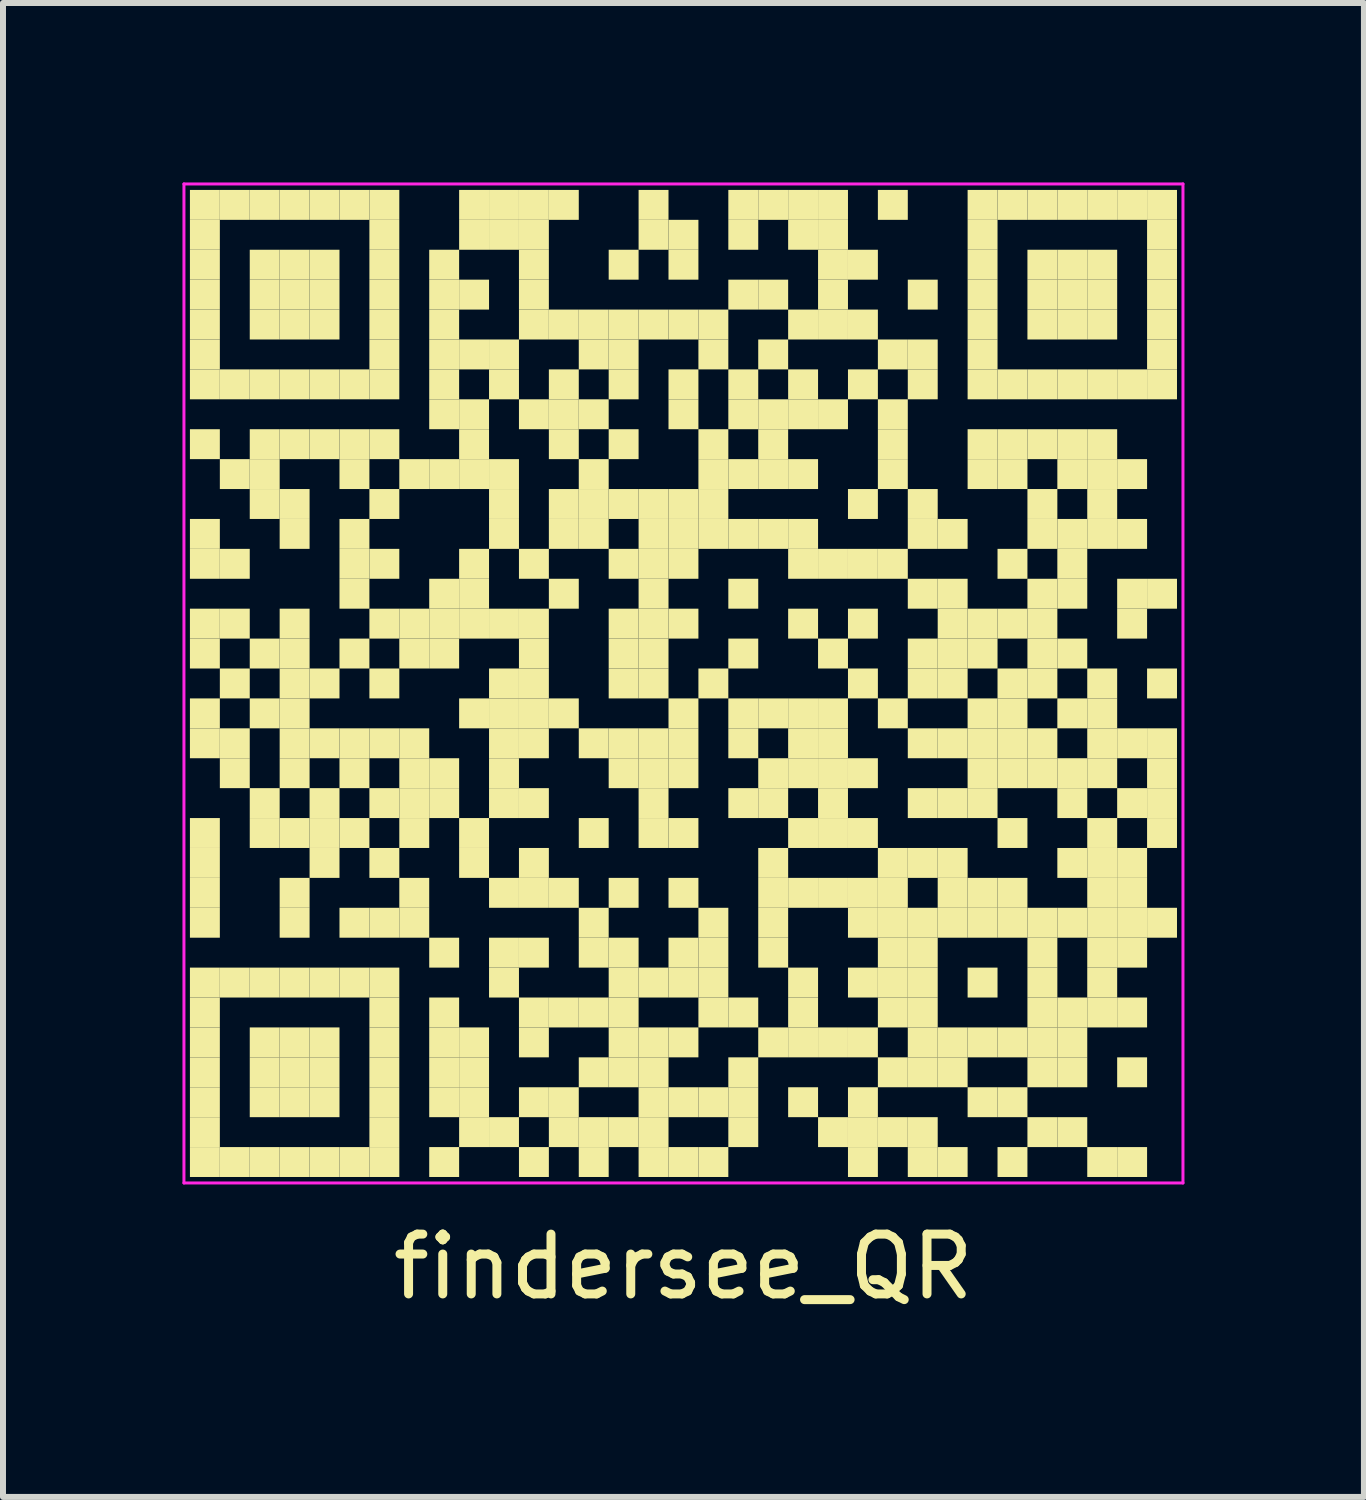
<source format=kicad_pcb>
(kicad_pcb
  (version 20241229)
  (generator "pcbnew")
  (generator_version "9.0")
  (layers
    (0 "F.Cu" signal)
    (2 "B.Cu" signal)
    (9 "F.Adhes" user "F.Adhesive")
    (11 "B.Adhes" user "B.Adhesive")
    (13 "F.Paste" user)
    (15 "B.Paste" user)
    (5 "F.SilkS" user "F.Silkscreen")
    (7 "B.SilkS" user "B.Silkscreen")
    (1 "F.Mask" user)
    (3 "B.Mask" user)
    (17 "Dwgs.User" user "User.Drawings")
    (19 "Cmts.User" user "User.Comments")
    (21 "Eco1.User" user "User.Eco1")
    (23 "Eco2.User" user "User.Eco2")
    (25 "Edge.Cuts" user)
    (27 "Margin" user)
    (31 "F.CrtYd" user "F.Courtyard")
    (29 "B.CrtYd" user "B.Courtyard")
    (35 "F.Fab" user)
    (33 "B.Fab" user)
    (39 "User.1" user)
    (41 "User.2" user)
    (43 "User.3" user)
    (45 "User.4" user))
  (footprint "findersee_QR"
    (layer "F.Cu")
    (at 8.375 8.375)
    (property "Reference" "findersee_QR" (at 0 9.75 0) (layer "F.SilkS") (effects (font (size 1 1) (thickness 0.15))))
    (fp_rect (start -8.25 -8.25) (end -7.75 -7.75) (stroke (width 0) (type solid)) (fill yes) (layer "F.SilkS"))
    (fp_rect (start -8.25 -7.75) (end -7.75 -7.25) (stroke (width 0) (type solid)) (fill yes) (layer "F.SilkS"))
    (fp_rect (start -8.25 -7.25) (end -7.75 -6.75) (stroke (width 0) (type solid)) (fill yes) (layer "F.SilkS"))
    (fp_rect (start -8.25 -6.75) (end -7.75 -6.25) (stroke (width 0) (type solid)) (fill yes) (layer "F.SilkS"))
    (fp_rect (start -8.25 -6.25) (end -7.75 -5.75) (stroke (width 0) (type solid)) (fill yes) (layer "F.SilkS"))
    (fp_rect (start -8.25 -5.75) (end -7.75 -5.25) (stroke (width 0) (type solid)) (fill yes) (layer "F.SilkS"))
    (fp_rect (start -8.25 -5.25) (end -7.75 -4.75) (stroke (width 0) (type solid)) (fill yes) (layer "F.SilkS"))
    (fp_rect (start -8.25 -4.25) (end -7.75 -3.75) (stroke (width 0) (type solid)) (fill yes) (layer "F.SilkS"))
    (fp_rect (start -8.25 -2.75) (end -7.75 -2.25) (stroke (width 0) (type solid)) (fill yes) (layer "F.SilkS"))
    (fp_rect (start -8.25 -2.25) (end -7.75 -1.75) (stroke (width 0) (type solid)) (fill yes) (layer "F.SilkS"))
    (fp_rect (start -8.25 -1.25) (end -7.75 -0.75) (stroke (width 0) (type solid)) (fill yes) (layer "F.SilkS"))
    (fp_rect (start -8.25 -0.75) (end -7.75 -0.25) (stroke (width 0) (type solid)) (fill yes) (layer "F.SilkS"))
    (fp_rect (start -8.25 0.25) (end -7.75 0.75) (stroke (width 0) (type solid)) (fill yes) (layer "F.SilkS"))
    (fp_rect (start -8.25 0.75) (end -7.75 1.25) (stroke (width 0) (type solid)) (fill yes) (layer "F.SilkS"))
    (fp_rect (start -8.25 2.25) (end -7.75 2.75) (stroke (width 0) (type solid)) (fill yes) (layer "F.SilkS"))
    (fp_rect (start -8.25 2.75) (end -7.75 3.25) (stroke (width 0) (type solid)) (fill yes) (layer "F.SilkS"))
    (fp_rect (start -8.25 3.25) (end -7.75 3.75) (stroke (width 0) (type solid)) (fill yes) (layer "F.SilkS"))
    (fp_rect (start -8.25 3.75) (end -7.75 4.25) (stroke (width 0) (type solid)) (fill yes) (layer "F.SilkS"))
    (fp_rect (start -8.25 4.75) (end -7.75 5.25) (stroke (width 0) (type solid)) (fill yes) (layer "F.SilkS"))
    (fp_rect (start -8.25 5.25) (end -7.75 5.75) (stroke (width 0) (type solid)) (fill yes) (layer "F.SilkS"))
    (fp_rect (start -8.25 5.75) (end -7.75 6.25) (stroke (width 0) (type solid)) (fill yes) (layer "F.SilkS"))
    (fp_rect (start -8.25 6.25) (end -7.75 6.75) (stroke (width 0) (type solid)) (fill yes) (layer "F.SilkS"))
    (fp_rect (start -8.25 6.75) (end -7.75 7.25) (stroke (width 0) (type solid)) (fill yes) (layer "F.SilkS"))
    (fp_rect (start -8.25 7.25) (end -7.75 7.75) (stroke (width 0) (type solid)) (fill yes) (layer "F.SilkS"))
    (fp_rect (start -8.25 7.75) (end -7.75 8.25) (stroke (width 0) (type solid)) (fill yes) (layer "F.SilkS"))
    (fp_rect (start -7.75 -8.25) (end -7.25 -7.75) (stroke (width 0) (type solid)) (fill yes) (layer "F.SilkS"))
    (fp_rect (start -7.75 -5.25) (end -7.25 -4.75) (stroke (width 0) (type solid)) (fill yes) (layer "F.SilkS"))
    (fp_rect (start -7.75 -3.75) (end -7.25 -3.25) (stroke (width 0) (type solid)) (fill yes) (layer "F.SilkS"))
    (fp_rect (start -7.75 -2.25) (end -7.25 -1.75) (stroke (width 0) (type solid)) (fill yes) (layer "F.SilkS"))
    (fp_rect (start -7.75 -1.25) (end -7.25 -0.75) (stroke (width 0) (type solid)) (fill yes) (layer "F.SilkS"))
    (fp_rect (start -7.75 -0.25) (end -7.25 0.25) (stroke (width 0) (type solid)) (fill yes) (layer "F.SilkS"))
    (fp_rect (start -7.75 0.75) (end -7.25 1.25) (stroke (width 0) (type solid)) (fill yes) (layer "F.SilkS"))
    (fp_rect (start -7.75 1.25) (end -7.25 1.75) (stroke (width 0) (type solid)) (fill yes) (layer "F.SilkS"))
    (fp_rect (start -7.75 4.75) (end -7.25 5.25) (stroke (width 0) (type solid)) (fill yes) (layer "F.SilkS"))
    (fp_rect (start -7.75 7.75) (end -7.25 8.25) (stroke (width 0) (type solid)) (fill yes) (layer "F.SilkS"))
    (fp_rect (start -7.25 -8.25) (end -6.75 -7.75) (stroke (width 0) (type solid)) (fill yes) (layer "F.SilkS"))
    (fp_rect (start -7.25 -7.25) (end -6.75 -6.75) (stroke (width 0) (type solid)) (fill yes) (layer "F.SilkS"))
    (fp_rect (start -7.25 -6.75) (end -6.75 -6.25) (stroke (width 0) (type solid)) (fill yes) (layer "F.SilkS"))
    (fp_rect (start -7.25 -6.25) (end -6.75 -5.75) (stroke (width 0) (type solid)) (fill yes) (layer "F.SilkS"))
    (fp_rect (start -7.25 -5.25) (end -6.75 -4.75) (stroke (width 0) (type solid)) (fill yes) (layer "F.SilkS"))
    (fp_rect (start -7.25 -4.25) (end -6.75 -3.75) (stroke (width 0) (type solid)) (fill yes) (layer "F.SilkS"))
    (fp_rect (start -7.25 -3.75) (end -6.75 -3.25) (stroke (width 0) (type solid)) (fill yes) (layer "F.SilkS"))
    (fp_rect (start -7.25 -3.25) (end -6.75 -2.75) (stroke (width 0) (type solid)) (fill yes) (layer "F.SilkS"))
    (fp_rect (start -7.25 -0.75) (end -6.75 -0.25) (stroke (width 0) (type solid)) (fill yes) (layer "F.SilkS"))
    (fp_rect (start -7.25 0.25) (end -6.75 0.75) (stroke (width 0) (type solid)) (fill yes) (layer "F.SilkS"))
    (fp_rect (start -7.25 1.75) (end -6.75 2.25) (stroke (width 0) (type solid)) (fill yes) (layer "F.SilkS"))
    (fp_rect (start -7.25 2.25) (end -6.75 2.75) (stroke (width 0) (type solid)) (fill yes) (layer "F.SilkS"))
    (fp_rect (start -7.25 4.75) (end -6.75 5.25) (stroke (width 0) (type solid)) (fill yes) (layer "F.SilkS"))
    (fp_rect (start -7.25 5.75) (end -6.75 6.25) (stroke (width 0) (type solid)) (fill yes) (layer "F.SilkS"))
    (fp_rect (start -7.25 6.25) (end -6.75 6.75) (stroke (width 0) (type solid)) (fill yes) (layer "F.SilkS"))
    (fp_rect (start -7.25 6.75) (end -6.75 7.25) (stroke (width 0) (type solid)) (fill yes) (layer "F.SilkS"))
    (fp_rect (start -7.25 7.75) (end -6.75 8.25) (stroke (width 0) (type solid)) (fill yes) (layer "F.SilkS"))
    (fp_rect (start -6.75 -8.25) (end -6.25 -7.75) (stroke (width 0) (type solid)) (fill yes) (layer "F.SilkS"))
    (fp_rect (start -6.75 -7.25) (end -6.25 -6.75) (stroke (width 0) (type solid)) (fill yes) (layer "F.SilkS"))
    (fp_rect (start -6.75 -6.75) (end -6.25 -6.25) (stroke (width 0) (type solid)) (fill yes) (layer "F.SilkS"))
    (fp_rect (start -6.75 -6.25) (end -6.25 -5.75) (stroke (width 0) (type solid)) (fill yes) (layer "F.SilkS"))
    (fp_rect (start -6.75 -5.25) (end -6.25 -4.75) (stroke (width 0) (type solid)) (fill yes) (layer "F.SilkS"))
    (fp_rect (start -6.75 -4.25) (end -6.25 -3.75) (stroke (width 0) (type solid)) (fill yes) (layer "F.SilkS"))
    (fp_rect (start -6.75 -3.25) (end -6.25 -2.75) (stroke (width 0) (type solid)) (fill yes) (layer "F.SilkS"))
    (fp_rect (start -6.75 -2.75) (end -6.25 -2.25) (stroke (width 0) (type solid)) (fill yes) (layer "F.SilkS"))
    (fp_rect (start -6.75 -1.25) (end -6.25 -0.75) (stroke (width 0) (type solid)) (fill yes) (layer "F.SilkS"))
    (fp_rect (start -6.75 -0.75) (end -6.25 -0.25) (stroke (width 0) (type solid)) (fill yes) (layer "F.SilkS"))
    (fp_rect (start -6.75 -0.25) (end -6.25 0.25) (stroke (width 0) (type solid)) (fill yes) (layer "F.SilkS"))
    (fp_rect (start -6.75 0.25) (end -6.25 0.75) (stroke (width 0) (type solid)) (fill yes) (layer "F.SilkS"))
    (fp_rect (start -6.75 0.75) (end -6.25 1.25) (stroke (width 0) (type solid)) (fill yes) (layer "F.SilkS"))
    (fp_rect (start -6.75 1.25) (end -6.25 1.75) (stroke (width 0) (type solid)) (fill yes) (layer "F.SilkS"))
    (fp_rect (start -6.75 2.25) (end -6.25 2.75) (stroke (width 0) (type solid)) (fill yes) (layer "F.SilkS"))
    (fp_rect (start -6.75 3.25) (end -6.25 3.75) (stroke (width 0) (type solid)) (fill yes) (layer "F.SilkS"))
    (fp_rect (start -6.75 3.75) (end -6.25 4.25) (stroke (width 0) (type solid)) (fill yes) (layer "F.SilkS"))
    (fp_rect (start -6.75 4.75) (end -6.25 5.25) (stroke (width 0) (type solid)) (fill yes) (layer "F.SilkS"))
    (fp_rect (start -6.75 5.75) (end -6.25 6.25) (stroke (width 0) (type solid)) (fill yes) (layer "F.SilkS"))
    (fp_rect (start -6.75 6.25) (end -6.25 6.75) (stroke (width 0) (type solid)) (fill yes) (layer "F.SilkS"))
    (fp_rect (start -6.75 6.75) (end -6.25 7.25) (stroke (width 0) (type solid)) (fill yes) (layer "F.SilkS"))
    (fp_rect (start -6.75 7.75) (end -6.25 8.25) (stroke (width 0) (type solid)) (fill yes) (layer "F.SilkS"))
    (fp_rect (start -6.25 -8.25) (end -5.75 -7.75) (stroke (width 0) (type solid)) (fill yes) (layer "F.SilkS"))
    (fp_rect (start -6.25 -7.25) (end -5.75 -6.75) (stroke (width 0) (type solid)) (fill yes) (layer "F.SilkS"))
    (fp_rect (start -6.25 -6.75) (end -5.75 -6.25) (stroke (width 0) (type solid)) (fill yes) (layer "F.SilkS"))
    (fp_rect (start -6.25 -6.25) (end -5.75 -5.75) (stroke (width 0) (type solid)) (fill yes) (layer "F.SilkS"))
    (fp_rect (start -6.25 -5.25) (end -5.75 -4.75) (stroke (width 0) (type solid)) (fill yes) (layer "F.SilkS"))
    (fp_rect (start -6.25 -4.25) (end -5.75 -3.75) (stroke (width 0) (type solid)) (fill yes) (layer "F.SilkS"))
    (fp_rect (start -6.25 -0.25) (end -5.75 0.25) (stroke (width 0) (type solid)) (fill yes) (layer "F.SilkS"))
    (fp_rect (start -6.25 0.75) (end -5.75 1.25) (stroke (width 0) (type solid)) (fill yes) (layer "F.SilkS"))
    (fp_rect (start -6.25 1.75) (end -5.75 2.25) (stroke (width 0) (type solid)) (fill yes) (layer "F.SilkS"))
    (fp_rect (start -6.25 2.25) (end -5.75 2.75) (stroke (width 0) (type solid)) (fill yes) (layer "F.SilkS"))
    (fp_rect (start -6.25 2.75) (end -5.75 3.25) (stroke (width 0) (type solid)) (fill yes) (layer "F.SilkS"))
    (fp_rect (start -6.25 4.75) (end -5.75 5.25) (stroke (width 0) (type solid)) (fill yes) (layer "F.SilkS"))
    (fp_rect (start -6.25 5.75) (end -5.75 6.25) (stroke (width 0) (type solid)) (fill yes) (layer "F.SilkS"))
    (fp_rect (start -6.25 6.25) (end -5.75 6.75) (stroke (width 0) (type solid)) (fill yes) (layer "F.SilkS"))
    (fp_rect (start -6.25 6.75) (end -5.75 7.25) (stroke (width 0) (type solid)) (fill yes) (layer "F.SilkS"))
    (fp_rect (start -6.25 7.75) (end -5.75 8.25) (stroke (width 0) (type solid)) (fill yes) (layer "F.SilkS"))
    (fp_rect (start -5.75 -8.25) (end -5.25 -7.75) (stroke (width 0) (type solid)) (fill yes) (layer "F.SilkS"))
    (fp_rect (start -5.75 -5.25) (end -5.25 -4.75) (stroke (width 0) (type solid)) (fill yes) (layer "F.SilkS"))
    (fp_rect (start -5.75 -4.25) (end -5.25 -3.75) (stroke (width 0) (type solid)) (fill yes) (layer "F.SilkS"))
    (fp_rect (start -5.75 -3.75) (end -5.25 -3.25) (stroke (width 0) (type solid)) (fill yes) (layer "F.SilkS"))
    (fp_rect (start -5.75 -2.75) (end -5.25 -2.25) (stroke (width 0) (type solid)) (fill yes) (layer "F.SilkS"))
    (fp_rect (start -5.75 -2.25) (end -5.25 -1.75) (stroke (width 0) (type solid)) (fill yes) (layer "F.SilkS"))
    (fp_rect (start -5.75 -1.75) (end -5.25 -1.25) (stroke (width 0) (type solid)) (fill yes) (layer "F.SilkS"))
    (fp_rect (start -5.75 -0.75) (end -5.25 -0.25) (stroke (width 0) (type solid)) (fill yes) (layer "F.SilkS"))
    (fp_rect (start -5.75 0.75) (end -5.25 1.25) (stroke (width 0) (type solid)) (fill yes) (layer "F.SilkS"))
    (fp_rect (start -5.75 1.25) (end -5.25 1.75) (stroke (width 0) (type solid)) (fill yes) (layer "F.SilkS"))
    (fp_rect (start -5.75 2.25) (end -5.25 2.75) (stroke (width 0) (type solid)) (fill yes) (layer "F.SilkS"))
    (fp_rect (start -5.75 3.75) (end -5.25 4.25) (stroke (width 0) (type solid)) (fill yes) (layer "F.SilkS"))
    (fp_rect (start -5.75 4.75) (end -5.25 5.25) (stroke (width 0) (type solid)) (fill yes) (layer "F.SilkS"))
    (fp_rect (start -5.75 7.75) (end -5.25 8.25) (stroke (width 0) (type solid)) (fill yes) (layer "F.SilkS"))
    (fp_rect (start -5.25 -8.25) (end -4.75 -7.75) (stroke (width 0) (type solid)) (fill yes) (layer "F.SilkS"))
    (fp_rect (start -5.25 -7.75) (end -4.75 -7.25) (stroke (width 0) (type solid)) (fill yes) (layer "F.SilkS"))
    (fp_rect (start -5.25 -7.25) (end -4.75 -6.75) (stroke (width 0) (type solid)) (fill yes) (layer "F.SilkS"))
    (fp_rect (start -5.25 -6.75) (end -4.75 -6.25) (stroke (width 0) (type solid)) (fill yes) (layer "F.SilkS"))
    (fp_rect (start -5.25 -6.25) (end -4.75 -5.75) (stroke (width 0) (type solid)) (fill yes) (layer "F.SilkS"))
    (fp_rect (start -5.25 -5.75) (end -4.75 -5.25) (stroke (width 0) (type solid)) (fill yes) (layer "F.SilkS"))
    (fp_rect (start -5.25 -5.25) (end -4.75 -4.75) (stroke (width 0) (type solid)) (fill yes) (layer "F.SilkS"))
    (fp_rect (start -5.25 -4.25) (end -4.75 -3.75) (stroke (width 0) (type solid)) (fill yes) (layer "F.SilkS"))
    (fp_rect (start -5.25 -3.25) (end -4.75 -2.75) (stroke (width 0) (type solid)) (fill yes) (layer "F.SilkS"))
    (fp_rect (start -5.25 -2.25) (end -4.75 -1.75) (stroke (width 0) (type solid)) (fill yes) (layer "F.SilkS"))
    (fp_rect (start -5.25 -1.25) (end -4.75 -0.75) (stroke (width 0) (type solid)) (fill yes) (layer "F.SilkS"))
    (fp_rect (start -5.25 -0.25) (end -4.75 0.25) (stroke (width 0) (type solid)) (fill yes) (layer "F.SilkS"))
    (fp_rect (start -5.25 0.75) (end -4.75 1.25) (stroke (width 0) (type solid)) (fill yes) (layer "F.SilkS"))
    (fp_rect (start -5.25 1.75) (end -4.75 2.25) (stroke (width 0) (type solid)) (fill yes) (layer "F.SilkS"))
    (fp_rect (start -5.25 2.75) (end -4.75 3.25) (stroke (width 0) (type solid)) (fill yes) (layer "F.SilkS"))
    (fp_rect (start -5.25 3.75) (end -4.75 4.25) (stroke (width 0) (type solid)) (fill yes) (layer "F.SilkS"))
    (fp_rect (start -5.25 4.75) (end -4.75 5.25) (stroke (width 0) (type solid)) (fill yes) (layer "F.SilkS"))
    (fp_rect (start -5.25 5.25) (end -4.75 5.75) (stroke (width 0) (type solid)) (fill yes) (layer "F.SilkS"))
    (fp_rect (start -5.25 5.75) (end -4.75 6.25) (stroke (width 0) (type solid)) (fill yes) (layer "F.SilkS"))
    (fp_rect (start -5.25 6.25) (end -4.75 6.75) (stroke (width 0) (type solid)) (fill yes) (layer "F.SilkS"))
    (fp_rect (start -5.25 6.75) (end -4.75 7.25) (stroke (width 0) (type solid)) (fill yes) (layer "F.SilkS"))
    (fp_rect (start -5.25 7.25) (end -4.75 7.75) (stroke (width 0) (type solid)) (fill yes) (layer "F.SilkS"))
    (fp_rect (start -5.25 7.75) (end -4.75 8.25) (stroke (width 0) (type solid)) (fill yes) (layer "F.SilkS"))
    (fp_rect (start -4.75 -3.75) (end -4.25 -3.25) (stroke (width 0) (type solid)) (fill yes) (layer "F.SilkS"))
    (fp_rect (start -4.75 -1.25) (end -4.25 -0.75) (stroke (width 0) (type solid)) (fill yes) (layer "F.SilkS"))
    (fp_rect (start -4.75 -0.75) (end -4.25 -0.25) (stroke (width 0) (type solid)) (fill yes) (layer "F.SilkS"))
    (fp_rect (start -4.75 0.75) (end -4.25 1.25) (stroke (width 0) (type solid)) (fill yes) (layer "F.SilkS"))
    (fp_rect (start -4.75 1.25) (end -4.25 1.75) (stroke (width 0) (type solid)) (fill yes) (layer "F.SilkS"))
    (fp_rect (start -4.75 1.75) (end -4.25 2.25) (stroke (width 0) (type solid)) (fill yes) (layer "F.SilkS"))
    (fp_rect (start -4.75 2.25) (end -4.25 2.75) (stroke (width 0) (type solid)) (fill yes) (layer "F.SilkS"))
    (fp_rect (start -4.75 3.25) (end -4.25 3.75) (stroke (width 0) (type solid)) (fill yes) (layer "F.SilkS"))
    (fp_rect (start -4.75 3.75) (end -4.25 4.25) (stroke (width 0) (type solid)) (fill yes) (layer "F.SilkS"))
    (fp_rect (start -4.25 -7.25) (end -3.75 -6.75) (stroke (width 0) (type solid)) (fill yes) (layer "F.SilkS"))
    (fp_rect (start -4.25 -6.75) (end -3.75 -6.25) (stroke (width 0) (type solid)) (fill yes) (layer "F.SilkS"))
    (fp_rect (start -4.25 -6.25) (end -3.75 -5.75) (stroke (width 0) (type solid)) (fill yes) (layer "F.SilkS"))
    (fp_rect (start -4.25 -5.75) (end -3.75 -5.25) (stroke (width 0) (type solid)) (fill yes) (layer "F.SilkS"))
    (fp_rect (start -4.25 -5.25) (end -3.75 -4.75) (stroke (width 0) (type solid)) (fill yes) (layer "F.SilkS"))
    (fp_rect (start -4.25 -4.75) (end -3.75 -4.25) (stroke (width 0) (type solid)) (fill yes) (layer "F.SilkS"))
    (fp_rect (start -4.25 -3.75) (end -3.75 -3.25) (stroke (width 0) (type solid)) (fill yes) (layer "F.SilkS"))
    (fp_rect (start -4.25 -1.75) (end -3.75 -1.25) (stroke (width 0) (type solid)) (fill yes) (layer "F.SilkS"))
    (fp_rect (start -4.25 -1.25) (end -3.75 -0.75) (stroke (width 0) (type solid)) (fill yes) (layer "F.SilkS"))
    (fp_rect (start -4.25 -0.75) (end -3.75 -0.25) (stroke (width 0) (type solid)) (fill yes) (layer "F.SilkS"))
    (fp_rect (start -4.25 1.25) (end -3.75 1.75) (stroke (width 0) (type solid)) (fill yes) (layer "F.SilkS"))
    (fp_rect (start -4.25 1.75) (end -3.75 2.25) (stroke (width 0) (type solid)) (fill yes) (layer "F.SilkS"))
    (fp_rect (start -4.25 4.25) (end -3.75 4.75) (stroke (width 0) (type solid)) (fill yes) (layer "F.SilkS"))
    (fp_rect (start -4.25 5.25) (end -3.75 5.75) (stroke (width 0) (type solid)) (fill yes) (layer "F.SilkS"))
    (fp_rect (start -4.25 5.75) (end -3.75 6.25) (stroke (width 0) (type solid)) (fill yes) (layer "F.SilkS"))
    (fp_rect (start -4.25 6.25) (end -3.75 6.75) (stroke (width 0) (type solid)) (fill yes) (layer "F.SilkS"))
    (fp_rect (start -4.25 6.75) (end -3.75 7.25) (stroke (width 0) (type solid)) (fill yes) (layer "F.SilkS"))
    (fp_rect (start -4.25 7.75) (end -3.75 8.25) (stroke (width 0) (type solid)) (fill yes) (layer "F.SilkS"))
    (fp_rect (start -3.75 -8.25) (end -3.25 -7.75) (stroke (width 0) (type solid)) (fill yes) (layer "F.SilkS"))
    (fp_rect (start -3.75 -7.75) (end -3.25 -7.25) (stroke (width 0) (type solid)) (fill yes) (layer "F.SilkS"))
    (fp_rect (start -3.75 -6.75) (end -3.25 -6.25) (stroke (width 0) (type solid)) (fill yes) (layer "F.SilkS"))
    (fp_rect (start -3.75 -5.75) (end -3.25 -5.25) (stroke (width 0) (type solid)) (fill yes) (layer "F.SilkS"))
    (fp_rect (start -3.75 -4.75) (end -3.25 -4.25) (stroke (width 0) (type solid)) (fill yes) (layer "F.SilkS"))
    (fp_rect (start -3.75 -4.25) (end -3.25 -3.75) (stroke (width 0) (type solid)) (fill yes) (layer "F.SilkS"))
    (fp_rect (start -3.75 -3.75) (end -3.25 -3.25) (stroke (width 0) (type solid)) (fill yes) (layer "F.SilkS"))
    (fp_rect (start -3.75 -2.25) (end -3.25 -1.75) (stroke (width 0) (type solid)) (fill yes) (layer "F.SilkS"))
    (fp_rect (start -3.75 -1.75) (end -3.25 -1.25) (stroke (width 0) (type solid)) (fill yes) (layer "F.SilkS"))
    (fp_rect (start -3.75 -1.25) (end -3.25 -0.75) (stroke (width 0) (type solid)) (fill yes) (layer "F.SilkS"))
    (fp_rect (start -3.75 0.25) (end -3.25 0.75) (stroke (width 0) (type solid)) (fill yes) (layer "F.SilkS"))
    (fp_rect (start -3.75 2.25) (end -3.25 2.75) (stroke (width 0) (type solid)) (fill yes) (layer "F.SilkS"))
    (fp_rect (start -3.75 2.75) (end -3.25 3.25) (stroke (width 0) (type solid)) (fill yes) (layer "F.SilkS"))
    (fp_rect (start -3.75 5.75) (end -3.25 6.25) (stroke (width 0) (type solid)) (fill yes) (layer "F.SilkS"))
    (fp_rect (start -3.75 6.25) (end -3.25 6.75) (stroke (width 0) (type solid)) (fill yes) (layer "F.SilkS"))
    (fp_rect (start -3.75 6.75) (end -3.25 7.25) (stroke (width 0) (type solid)) (fill yes) (layer "F.SilkS"))
    (fp_rect (start -3.75 7.25) (end -3.25 7.75) (stroke (width 0) (type solid)) (fill yes) (layer "F.SilkS"))
    (fp_rect (start -3.25 -8.25) (end -2.75 -7.75) (stroke (width 0) (type solid)) (fill yes) (layer "F.SilkS"))
    (fp_rect (start -3.25 -7.75) (end -2.75 -7.25) (stroke (width 0) (type solid)) (fill yes) (layer "F.SilkS"))
    (fp_rect (start -3.25 -5.75) (end -2.75 -5.25) (stroke (width 0) (type solid)) (fill yes) (layer "F.SilkS"))
    (fp_rect (start -3.25 -5.25) (end -2.75 -4.75) (stroke (width 0) (type solid)) (fill yes) (layer "F.SilkS"))
    (fp_rect (start -3.25 -3.75) (end -2.75 -3.25) (stroke (width 0) (type solid)) (fill yes) (layer "F.SilkS"))
    (fp_rect (start -3.25 -3.25) (end -2.75 -2.75) (stroke (width 0) (type solid)) (fill yes) (layer "F.SilkS"))
    (fp_rect (start -3.25 -2.75) (end -2.75 -2.25) (stroke (width 0) (type solid)) (fill yes) (layer "F.SilkS"))
    (fp_rect (start -3.25 -1.25) (end -2.75 -0.75) (stroke (width 0) (type solid)) (fill yes) (layer "F.SilkS"))
    (fp_rect (start -3.25 -0.25) (end -2.75 0.25) (stroke (width 0) (type solid)) (fill yes) (layer "F.SilkS"))
    (fp_rect (start -3.25 0.25) (end -2.75 0.75) (stroke (width 0) (type solid)) (fill yes) (layer "F.SilkS"))
    (fp_rect (start -3.25 0.75) (end -2.75 1.25) (stroke (width 0) (type solid)) (fill yes) (layer "F.SilkS"))
    (fp_rect (start -3.25 1.25) (end -2.75 1.75) (stroke (width 0) (type solid)) (fill yes) (layer "F.SilkS"))
    (fp_rect (start -3.25 1.75) (end -2.75 2.25) (stroke (width 0) (type solid)) (fill yes) (layer "F.SilkS"))
    (fp_rect (start -3.25 3.25) (end -2.75 3.75) (stroke (width 0) (type solid)) (fill yes) (layer "F.SilkS"))
    (fp_rect (start -3.25 4.25) (end -2.75 4.75) (stroke (width 0) (type solid)) (fill yes) (layer "F.SilkS"))
    (fp_rect (start -3.25 4.75) (end -2.75 5.25) (stroke (width 0) (type solid)) (fill yes) (layer "F.SilkS"))
    (fp_rect (start -3.25 7.25) (end -2.75 7.75) (stroke (width 0) (type solid)) (fill yes) (layer "F.SilkS"))
    (fp_rect (start -2.75 -8.25) (end -2.25 -7.75) (stroke (width 0) (type solid)) (fill yes) (layer "F.SilkS"))
    (fp_rect (start -2.75 -7.75) (end -2.25 -7.25) (stroke (width 0) (type solid)) (fill yes) (layer "F.SilkS"))
    (fp_rect (start -2.75 -7.25) (end -2.25 -6.75) (stroke (width 0) (type solid)) (fill yes) (layer "F.SilkS"))
    (fp_rect (start -2.75 -6.75) (end -2.25 -6.25) (stroke (width 0) (type solid)) (fill yes) (layer "F.SilkS"))
    (fp_rect (start -2.75 -6.25) (end -2.25 -5.75) (stroke (width 0) (type solid)) (fill yes) (layer "F.SilkS"))
    (fp_rect (start -2.75 -4.75) (end -2.25 -4.25) (stroke (width 0) (type solid)) (fill yes) (layer "F.SilkS"))
    (fp_rect (start -2.75 -2.25) (end -2.25 -1.75) (stroke (width 0) (type solid)) (fill yes) (layer "F.SilkS"))
    (fp_rect (start -2.75 -1.25) (end -2.25 -0.75) (stroke (width 0) (type solid)) (fill yes) (layer "F.SilkS"))
    (fp_rect (start -2.75 -0.75) (end -2.25 -0.25) (stroke (width 0) (type solid)) (fill yes) (layer "F.SilkS"))
    (fp_rect (start -2.75 -0.25) (end -2.25 0.25) (stroke (width 0) (type solid)) (fill yes) (layer "F.SilkS"))
    (fp_rect (start -2.75 0.25) (end -2.25 0.75) (stroke (width 0) (type solid)) (fill yes) (layer "F.SilkS"))
    (fp_rect (start -2.75 0.75) (end -2.25 1.25) (stroke (width 0) (type solid)) (fill yes) (layer "F.SilkS"))
    (fp_rect (start -2.75 1.75) (end -2.25 2.25) (stroke (width 0) (type solid)) (fill yes) (layer "F.SilkS"))
    (fp_rect (start -2.75 2.75) (end -2.25 3.25) (stroke (width 0) (type solid)) (fill yes) (layer "F.SilkS"))
    (fp_rect (start -2.75 3.25) (end -2.25 3.75) (stroke (width 0) (type solid)) (fill yes) (layer "F.SilkS"))
    (fp_rect (start -2.75 4.25) (end -2.25 4.75) (stroke (width 0) (type solid)) (fill yes) (layer "F.SilkS"))
    (fp_rect (start -2.75 5.25) (end -2.25 5.75) (stroke (width 0) (type solid)) (fill yes) (layer "F.SilkS"))
    (fp_rect (start -2.75 5.75) (end -2.25 6.25) (stroke (width 0) (type solid)) (fill yes) (layer "F.SilkS"))
    (fp_rect (start -2.75 6.75) (end -2.25 7.25) (stroke (width 0) (type solid)) (fill yes) (layer "F.SilkS"))
    (fp_rect (start -2.75 7.75) (end -2.25 8.25) (stroke (width 0) (type solid)) (fill yes) (layer "F.SilkS"))
    (fp_rect (start -2.25 -8.25) (end -1.75 -7.75) (stroke (width 0) (type solid)) (fill yes) (layer "F.SilkS"))
    (fp_rect (start -2.25 -6.25) (end -1.75 -5.75) (stroke (width 0) (type solid)) (fill yes) (layer "F.SilkS"))
    (fp_rect (start -2.25 -5.25) (end -1.75 -4.75) (stroke (width 0) (type solid)) (fill yes) (layer "F.SilkS"))
    (fp_rect (start -2.25 -4.75) (end -1.75 -4.25) (stroke (width 0) (type solid)) (fill yes) (layer "F.SilkS"))
    (fp_rect (start -2.25 -4.25) (end -1.75 -3.75) (stroke (width 0) (type solid)) (fill yes) (layer "F.SilkS"))
    (fp_rect (start -2.25 -3.25) (end -1.75 -2.75) (stroke (width 0) (type solid)) (fill yes) (layer "F.SilkS"))
    (fp_rect (start -2.25 -2.75) (end -1.75 -2.25) (stroke (width 0) (type solid)) (fill yes) (layer "F.SilkS"))
    (fp_rect (start -2.25 -1.75) (end -1.75 -1.25) (stroke (width 0) (type solid)) (fill yes) (layer "F.SilkS"))
    (fp_rect (start -2.25 0.25) (end -1.75 0.75) (stroke (width 0) (type solid)) (fill yes) (layer "F.SilkS"))
    (fp_rect (start -2.25 3.25) (end -1.75 3.75) (stroke (width 0) (type solid)) (fill yes) (layer "F.SilkS"))
    (fp_rect (start -2.25 5.25) (end -1.75 5.75) (stroke (width 0) (type solid)) (fill yes) (layer "F.SilkS"))
    (fp_rect (start -2.25 6.75) (end -1.75 7.25) (stroke (width 0) (type solid)) (fill yes) (layer "F.SilkS"))
    (fp_rect (start -2.25 7.25) (end -1.75 7.75) (stroke (width 0) (type solid)) (fill yes) (layer "F.SilkS"))
    (fp_rect (start -1.75 -6.25) (end -1.25 -5.75) (stroke (width 0) (type solid)) (fill yes) (layer "F.SilkS"))
    (fp_rect (start -1.75 -5.75) (end -1.25 -5.25) (stroke (width 0) (type solid)) (fill yes) (layer "F.SilkS"))
    (fp_rect (start -1.75 -4.75) (end -1.25 -4.25) (stroke (width 0) (type solid)) (fill yes) (layer "F.SilkS"))
    (fp_rect (start -1.75 -3.75) (end -1.25 -3.25) (stroke (width 0) (type solid)) (fill yes) (layer "F.SilkS"))
    (fp_rect (start -1.75 -3.25) (end -1.25 -2.75) (stroke (width 0) (type solid)) (fill yes) (layer "F.SilkS"))
    (fp_rect (start -1.75 -2.75) (end -1.25 -2.25) (stroke (width 0) (type solid)) (fill yes) (layer "F.SilkS"))
    (fp_rect (start -1.75 0.75) (end -1.25 1.25) (stroke (width 0) (type solid)) (fill yes) (layer "F.SilkS"))
    (fp_rect (start -1.75 2.25) (end -1.25 2.75) (stroke (width 0) (type solid)) (fill yes) (layer "F.SilkS"))
    (fp_rect (start -1.75 3.75) (end -1.25 4.25) (stroke (width 0) (type solid)) (fill yes) (layer "F.SilkS"))
    (fp_rect (start -1.75 4.25) (end -1.25 4.75) (stroke (width 0) (type solid)) (fill yes) (layer "F.SilkS"))
    (fp_rect (start -1.75 5.25) (end -1.25 5.75) (stroke (width 0) (type solid)) (fill yes) (layer "F.SilkS"))
    (fp_rect (start -1.75 6.25) (end -1.25 6.75) (stroke (width 0) (type solid)) (fill yes) (layer "F.SilkS"))
    (fp_rect (start -1.75 7.25) (end -1.25 7.75) (stroke (width 0) (type solid)) (fill yes) (layer "F.SilkS"))
    (fp_rect (start -1.75 7.75) (end -1.25 8.25) (stroke (width 0) (type solid)) (fill yes) (layer "F.SilkS"))
    (fp_rect (start -1.25 -7.25) (end -0.75 -6.75) (stroke (width 0) (type solid)) (fill yes) (layer "F.SilkS"))
    (fp_rect (start -1.25 -6.25) (end -0.75 -5.75) (stroke (width 0) (type solid)) (fill yes) (layer "F.SilkS"))
    (fp_rect (start -1.25 -5.75) (end -0.75 -5.25) (stroke (width 0) (type solid)) (fill yes) (layer "F.SilkS"))
    (fp_rect (start -1.25 -5.25) (end -0.75 -4.75) (stroke (width 0) (type solid)) (fill yes) (layer "F.SilkS"))
    (fp_rect (start -1.25 -4.25) (end -0.75 -3.75) (stroke (width 0) (type solid)) (fill yes) (layer "F.SilkS"))
    (fp_rect (start -1.25 -3.25) (end -0.75 -2.75) (stroke (width 0) (type solid)) (fill yes) (layer "F.SilkS"))
    (fp_rect (start -1.25 -2.25) (end -0.75 -1.75) (stroke (width 0) (type solid)) (fill yes) (layer "F.SilkS"))
    (fp_rect (start -1.25 -1.25) (end -0.75 -0.75) (stroke (width 0) (type solid)) (fill yes) (layer "F.SilkS"))
    (fp_rect (start -1.25 -0.75) (end -0.75 -0.25) (stroke (width 0) (type solid)) (fill yes) (layer "F.SilkS"))
    (fp_rect (start -1.25 -0.25) (end -0.75 0.25) (stroke (width 0) (type solid)) (fill yes) (layer "F.SilkS"))
    (fp_rect (start -1.25 0.75) (end -0.75 1.25) (stroke (width 0) (type solid)) (fill yes) (layer "F.SilkS"))
    (fp_rect (start -1.25 1.25) (end -0.75 1.75) (stroke (width 0) (type solid)) (fill yes) (layer "F.SilkS"))
    (fp_rect (start -1.25 3.25) (end -0.75 3.75) (stroke (width 0) (type solid)) (fill yes) (layer "F.SilkS"))
    (fp_rect (start -1.25 4.25) (end -0.75 4.75) (stroke (width 0) (type solid)) (fill yes) (layer "F.SilkS"))
    (fp_rect (start -1.25 4.75) (end -0.75 5.25) (stroke (width 0) (type solid)) (fill yes) (layer "F.SilkS"))
    (fp_rect (start -1.25 5.25) (end -0.75 5.75) (stroke (width 0) (type solid)) (fill yes) (layer "F.SilkS"))
    (fp_rect (start -1.25 5.75) (end -0.75 6.25) (stroke (width 0) (type solid)) (fill yes) (layer "F.SilkS"))
    (fp_rect (start -1.25 6.25) (end -0.75 6.75) (stroke (width 0) (type solid)) (fill yes) (layer "F.SilkS"))
    (fp_rect (start -1.25 7.25) (end -0.75 7.75) (stroke (width 0) (type solid)) (fill yes) (layer "F.SilkS"))
    (fp_rect (start -0.75 -8.25) (end -0.25 -7.75) (stroke (width 0) (type solid)) (fill yes) (layer "F.SilkS"))
    (fp_rect (start -0.75 -7.75) (end -0.25 -7.25) (stroke (width 0) (type solid)) (fill yes) (layer "F.SilkS"))
    (fp_rect (start -0.75 -6.25) (end -0.25 -5.75) (stroke (width 0) (type solid)) (fill yes) (layer "F.SilkS"))
    (fp_rect (start -0.75 -3.25) (end -0.25 -2.75) (stroke (width 0) (type solid)) (fill yes) (layer "F.SilkS"))
    (fp_rect (start -0.75 -2.75) (end -0.25 -2.25) (stroke (width 0) (type solid)) (fill yes) (layer "F.SilkS"))
    (fp_rect (start -0.75 -2.25) (end -0.25 -1.75) (stroke (width 0) (type solid)) (fill yes) (layer "F.SilkS"))
    (fp_rect (start -0.75 -1.75) (end -0.25 -1.25) (stroke (width 0) (type solid)) (fill yes) (layer "F.SilkS"))
    (fp_rect (start -0.75 -1.25) (end -0.25 -0.75) (stroke (width 0) (type solid)) (fill yes) (layer "F.SilkS"))
    (fp_rect (start -0.75 -0.75) (end -0.25 -0.25) (stroke (width 0) (type solid)) (fill yes) (layer "F.SilkS"))
    (fp_rect (start -0.75 -0.25) (end -0.25 0.25) (stroke (width 0) (type solid)) (fill yes) (layer "F.SilkS"))
    (fp_rect (start -0.75 0.75) (end -0.25 1.25) (stroke (width 0) (type solid)) (fill yes) (layer "F.SilkS"))
    (fp_rect (start -0.75 1.25) (end -0.25 1.75) (stroke (width 0) (type solid)) (fill yes) (layer "F.SilkS"))
    (fp_rect (start -0.75 1.75) (end -0.25 2.25) (stroke (width 0) (type solid)) (fill yes) (layer "F.SilkS"))
    (fp_rect (start -0.75 2.25) (end -0.25 2.75) (stroke (width 0) (type solid)) (fill yes) (layer "F.SilkS"))
    (fp_rect (start -0.75 4.75) (end -0.25 5.25) (stroke (width 0) (type solid)) (fill yes) (layer "F.SilkS"))
    (fp_rect (start -0.75 5.75) (end -0.25 6.25) (stroke (width 0) (type solid)) (fill yes) (layer "F.SilkS"))
    (fp_rect (start -0.75 6.25) (end -0.25 6.75) (stroke (width 0) (type solid)) (fill yes) (layer "F.SilkS"))
    (fp_rect (start -0.75 6.75) (end -0.25 7.25) (stroke (width 0) (type solid)) (fill yes) (layer "F.SilkS"))
    (fp_rect (start -0.75 7.25) (end -0.25 7.75) (stroke (width 0) (type solid)) (fill yes) (layer "F.SilkS"))
    (fp_rect (start -0.75 7.75) (end -0.25 8.25) (stroke (width 0) (type solid)) (fill yes) (layer "F.SilkS"))
    (fp_rect (start -0.25 -7.75) (end 0.25 -7.25) (stroke (width 0) (type solid)) (fill yes) (layer "F.SilkS"))
    (fp_rect (start -0.25 -7.25) (end 0.25 -6.75) (stroke (width 0) (type solid)) (fill yes) (layer "F.SilkS"))
    (fp_rect (start -0.25 -6.25) (end 0.25 -5.75) (stroke (width 0) (type solid)) (fill yes) (layer "F.SilkS"))
    (fp_rect (start -0.25 -5.25) (end 0.25 -4.75) (stroke (width 0) (type solid)) (fill yes) (layer "F.SilkS"))
    (fp_rect (start -0.25 -4.75) (end 0.25 -4.25) (stroke (width 0) (type solid)) (fill yes) (layer "F.SilkS"))
    (fp_rect (start -0.25 -3.25) (end 0.25 -2.75) (stroke (width 0) (type solid)) (fill yes) (layer "F.SilkS"))
    (fp_rect (start -0.25 -2.75) (end 0.25 -2.25) (stroke (width 0) (type solid)) (fill yes) (layer "F.SilkS"))
    (fp_rect (start -0.25 -2.25) (end 0.25 -1.75) (stroke (width 0) (type solid)) (fill yes) (layer "F.SilkS"))
    (fp_rect (start -0.25 -1.25) (end 0.25 -0.75) (stroke (width 0) (type solid)) (fill yes) (layer "F.SilkS"))
    (fp_rect (start -0.25 0.25) (end 0.25 0.75) (stroke (width 0) (type solid)) (fill yes) (layer "F.SilkS"))
    (fp_rect (start -0.25 0.75) (end 0.25 1.25) (stroke (width 0) (type solid)) (fill yes) (layer "F.SilkS"))
    (fp_rect (start -0.25 1.25) (end 0.25 1.75) (stroke (width 0) (type solid)) (fill yes) (layer "F.SilkS"))
    (fp_rect (start -0.25 2.25) (end 0.25 2.75) (stroke (width 0) (type solid)) (fill yes) (layer "F.SilkS"))
    (fp_rect (start -0.25 3.25) (end 0.25 3.75) (stroke (width 0) (type solid)) (fill yes) (layer "F.SilkS"))
    (fp_rect (start -0.25 4.25) (end 0.25 4.75) (stroke (width 0) (type solid)) (fill yes) (layer "F.SilkS"))
    (fp_rect (start -0.25 4.75) (end 0.25 5.25) (stroke (width 0) (type solid)) (fill yes) (layer "F.SilkS"))
    (fp_rect (start -0.25 5.75) (end 0.25 6.25) (stroke (width 0) (type solid)) (fill yes) (layer "F.SilkS"))
    (fp_rect (start -0.25 6.75) (end 0.25 7.25) (stroke (width 0) (type solid)) (fill yes) (layer "F.SilkS"))
    (fp_rect (start -0.25 7.75) (end 0.25 8.25) (stroke (width 0) (type solid)) (fill yes) (layer "F.SilkS"))
    (fp_rect (start 0.25 -6.25) (end 0.75 -5.75) (stroke (width 0) (type solid)) (fill yes) (layer "F.SilkS"))
    (fp_rect (start 0.25 -5.75) (end 0.75 -5.25) (stroke (width 0) (type solid)) (fill yes) (layer "F.SilkS"))
    (fp_rect (start 0.25 -4.25) (end 0.75 -3.75) (stroke (width 0) (type solid)) (fill yes) (layer "F.SilkS"))
    (fp_rect (start 0.25 -3.75) (end 0.75 -3.25) (stroke (width 0) (type solid)) (fill yes) (layer "F.SilkS"))
    (fp_rect (start 0.25 -3.25) (end 0.75 -2.75) (stroke (width 0) (type solid)) (fill yes) (layer "F.SilkS"))
    (fp_rect (start 0.25 -2.75) (end 0.75 -2.25) (stroke (width 0) (type solid)) (fill yes) (layer "F.SilkS"))
    (fp_rect (start 0.25 -0.25) (end 0.75 0.25) (stroke (width 0) (type solid)) (fill yes) (layer "F.SilkS"))
    (fp_rect (start 0.25 3.75) (end 0.75 4.25) (stroke (width 0) (type solid)) (fill yes) (layer "F.SilkS"))
    (fp_rect (start 0.25 4.25) (end 0.75 4.75) (stroke (width 0) (type solid)) (fill yes) (layer "F.SilkS"))
    (fp_rect (start 0.25 4.75) (end 0.75 5.25) (stroke (width 0) (type solid)) (fill yes) (layer "F.SilkS"))
    (fp_rect (start 0.25 5.25) (end 0.75 5.75) (stroke (width 0) (type solid)) (fill yes) (layer "F.SilkS"))
    (fp_rect (start 0.25 6.75) (end 0.75 7.25) (stroke (width 0) (type solid)) (fill yes) (layer "F.SilkS"))
    (fp_rect (start 0.25 7.75) (end 0.75 8.25) (stroke (width 0) (type solid)) (fill yes) (layer "F.SilkS"))
    (fp_rect (start 0.75 -8.25) (end 1.25 -7.75) (stroke (width 0) (type solid)) (fill yes) (layer "F.SilkS"))
    (fp_rect (start 0.75 -7.75) (end 1.25 -7.25) (stroke (width 0) (type solid)) (fill yes) (layer "F.SilkS"))
    (fp_rect (start 0.75 -6.75) (end 1.25 -6.25) (stroke (width 0) (type solid)) (fill yes) (layer "F.SilkS"))
    (fp_rect (start 0.75 -5.25) (end 1.25 -4.75) (stroke (width 0) (type solid)) (fill yes) (layer "F.SilkS"))
    (fp_rect (start 0.75 -4.75) (end 1.25 -4.25) (stroke (width 0) (type solid)) (fill yes) (layer "F.SilkS"))
    (fp_rect (start 0.75 -3.75) (end 1.25 -3.25) (stroke (width 0) (type solid)) (fill yes) (layer "F.SilkS"))
    (fp_rect (start 0.75 -2.75) (end 1.25 -2.25) (stroke (width 0) (type solid)) (fill yes) (layer "F.SilkS"))
    (fp_rect (start 0.75 -1.75) (end 1.25 -1.25) (stroke (width 0) (type solid)) (fill yes) (layer "F.SilkS"))
    (fp_rect (start 0.75 -0.75) (end 1.25 -0.25) (stroke (width 0) (type solid)) (fill yes) (layer "F.SilkS"))
    (fp_rect (start 0.75 0.25) (end 1.25 0.75) (stroke (width 0) (type solid)) (fill yes) (layer "F.SilkS"))
    (fp_rect (start 0.75 0.75) (end 1.25 1.25) (stroke (width 0) (type solid)) (fill yes) (layer "F.SilkS"))
    (fp_rect (start 0.75 1.75) (end 1.25 2.25) (stroke (width 0) (type solid)) (fill yes) (layer "F.SilkS"))
    (fp_rect (start 0.75 5.25) (end 1.25 5.75) (stroke (width 0) (type solid)) (fill yes) (layer "F.SilkS"))
    (fp_rect (start 0.75 6.25) (end 1.25 6.75) (stroke (width 0) (type solid)) (fill yes) (layer "F.SilkS"))
    (fp_rect (start 0.75 6.75) (end 1.25 7.25) (stroke (width 0) (type solid)) (fill yes) (layer "F.SilkS"))
    (fp_rect (start 0.75 7.25) (end 1.25 7.75) (stroke (width 0) (type solid)) (fill yes) (layer "F.SilkS"))
    (fp_rect (start 1.25 -8.25) (end 1.75 -7.75) (stroke (width 0) (type solid)) (fill yes) (layer "F.SilkS"))
    (fp_rect (start 1.25 -6.75) (end 1.75 -6.25) (stroke (width 0) (type solid)) (fill yes) (layer "F.SilkS"))
    (fp_rect (start 1.25 -5.75) (end 1.75 -5.25) (stroke (width 0) (type solid)) (fill yes) (layer "F.SilkS"))
    (fp_rect (start 1.25 -4.75) (end 1.75 -4.25) (stroke (width 0) (type solid)) (fill yes) (layer "F.SilkS"))
    (fp_rect (start 1.25 -4.25) (end 1.75 -3.75) (stroke (width 0) (type solid)) (fill yes) (layer "F.SilkS"))
    (fp_rect (start 1.25 -3.75) (end 1.75 -3.25) (stroke (width 0) (type solid)) (fill yes) (layer "F.SilkS"))
    (fp_rect (start 1.25 -2.75) (end 1.75 -2.25) (stroke (width 0) (type solid)) (fill yes) (layer "F.SilkS"))
    (fp_rect (start 1.25 0.25) (end 1.75 0.75) (stroke (width 0) (type solid)) (fill yes) (layer "F.SilkS"))
    (fp_rect (start 1.25 1.25) (end 1.75 1.75) (stroke (width 0) (type solid)) (fill yes) (layer "F.SilkS"))
    (fp_rect (start 1.25 1.75) (end 1.75 2.25) (stroke (width 0) (type solid)) (fill yes) (layer "F.SilkS"))
    (fp_rect (start 1.25 2.75) (end 1.75 3.25) (stroke (width 0) (type solid)) (fill yes) (layer "F.SilkS"))
    (fp_rect (start 1.25 3.25) (end 1.75 3.75) (stroke (width 0) (type solid)) (fill yes) (layer "F.SilkS"))
    (fp_rect (start 1.25 3.75) (end 1.75 4.25) (stroke (width 0) (type solid)) (fill yes) (layer "F.SilkS"))
    (fp_rect (start 1.25 4.25) (end 1.75 4.75) (stroke (width 0) (type solid)) (fill yes) (layer "F.SilkS"))
    (fp_rect (start 1.25 5.75) (end 1.75 6.25) (stroke (width 0) (type solid)) (fill yes) (layer "F.SilkS"))
    (fp_rect (start 1.75 -8.25) (end 2.25 -7.75) (stroke (width 0) (type solid)) (fill yes) (layer "F.SilkS"))
    (fp_rect (start 1.75 -7.75) (end 2.25 -7.25) (stroke (width 0) (type solid)) (fill yes) (layer "F.SilkS"))
    (fp_rect (start 1.75 -6.25) (end 2.25 -5.75) (stroke (width 0) (type solid)) (fill yes) (layer "F.SilkS"))
    (fp_rect (start 1.75 -5.25) (end 2.25 -4.75) (stroke (width 0) (type solid)) (fill yes) (layer "F.SilkS"))
    (fp_rect (start 1.75 -4.75) (end 2.25 -4.25) (stroke (width 0) (type solid)) (fill yes) (layer "F.SilkS"))
    (fp_rect (start 1.75 -3.75) (end 2.25 -3.25) (stroke (width 0) (type solid)) (fill yes) (layer "F.SilkS"))
    (fp_rect (start 1.75 -2.75) (end 2.25 -2.25) (stroke (width 0) (type solid)) (fill yes) (layer "F.SilkS"))
    (fp_rect (start 1.75 -2.25) (end 2.25 -1.75) (stroke (width 0) (type solid)) (fill yes) (layer "F.SilkS"))
    (fp_rect (start 1.75 -1.25) (end 2.25 -0.75) (stroke (width 0) (type solid)) (fill yes) (layer "F.SilkS"))
    (fp_rect (start 1.75 0.25) (end 2.25 0.75) (stroke (width 0) (type solid)) (fill yes) (layer "F.SilkS"))
    (fp_rect (start 1.75 0.75) (end 2.25 1.25) (stroke (width 0) (type solid)) (fill yes) (layer "F.SilkS"))
    (fp_rect (start 1.75 1.25) (end 2.25 1.75) (stroke (width 0) (type solid)) (fill yes) (layer "F.SilkS"))
    (fp_rect (start 1.75 2.25) (end 2.25 2.75) (stroke (width 0) (type solid)) (fill yes) (layer "F.SilkS"))
    (fp_rect (start 1.75 3.25) (end 2.25 3.75) (stroke (width 0) (type solid)) (fill yes) (layer "F.SilkS"))
    (fp_rect (start 1.75 4.75) (end 2.25 5.25) (stroke (width 0) (type solid)) (fill yes) (layer "F.SilkS"))
    (fp_rect (start 1.75 5.25) (end 2.25 5.75) (stroke (width 0) (type solid)) (fill yes) (layer "F.SilkS"))
    (fp_rect (start 1.75 5.75) (end 2.25 6.25) (stroke (width 0) (type solid)) (fill yes) (layer "F.SilkS"))
    (fp_rect (start 1.75 6.75) (end 2.25 7.25) (stroke (width 0) (type solid)) (fill yes) (layer "F.SilkS"))
    (fp_rect (start 2.25 -8.25) (end 2.75 -7.75) (stroke (width 0) (type solid)) (fill yes) (layer "F.SilkS"))
    (fp_rect (start 2.25 -7.75) (end 2.75 -7.25) (stroke (width 0) (type solid)) (fill yes) (layer "F.SilkS"))
    (fp_rect (start 2.25 -7.25) (end 2.75 -6.75) (stroke (width 0) (type solid)) (fill yes) (layer "F.SilkS"))
    (fp_rect (start 2.25 -6.75) (end 2.75 -6.25) (stroke (width 0) (type solid)) (fill yes) (layer "F.SilkS"))
    (fp_rect (start 2.25 -6.25) (end 2.75 -5.75) (stroke (width 0) (type solid)) (fill yes) (layer "F.SilkS"))
    (fp_rect (start 2.25 -4.75) (end 2.75 -4.25) (stroke (width 0) (type solid)) (fill yes) (layer "F.SilkS"))
    (fp_rect (start 2.25 -2.25) (end 2.75 -1.75) (stroke (width 0) (type solid)) (fill yes) (layer "F.SilkS"))
    (fp_rect (start 2.25 -0.75) (end 2.75 -0.25) (stroke (width 0) (type solid)) (fill yes) (layer "F.SilkS"))
    (fp_rect (start 2.25 0.25) (end 2.75 0.75) (stroke (width 0) (type solid)) (fill yes) (layer "F.SilkS"))
    (fp_rect (start 2.25 0.75) (end 2.75 1.25) (stroke (width 0) (type solid)) (fill yes) (layer "F.SilkS"))
    (fp_rect (start 2.25 1.25) (end 2.75 1.75) (stroke (width 0) (type solid)) (fill yes) (layer "F.SilkS"))
    (fp_rect (start 2.25 1.75) (end 2.75 2.25) (stroke (width 0) (type solid)) (fill yes) (layer "F.SilkS"))
    (fp_rect (start 2.25 2.25) (end 2.75 2.75) (stroke (width 0) (type solid)) (fill yes) (layer "F.SilkS"))
    (fp_rect (start 2.25 3.25) (end 2.75 3.75) (stroke (width 0) (type solid)) (fill yes) (layer "F.SilkS"))
    (fp_rect (start 2.25 5.75) (end 2.75 6.25) (stroke (width 0) (type solid)) (fill yes) (layer "F.SilkS"))
    (fp_rect (start 2.25 7.25) (end 2.75 7.75) (stroke (width 0) (type solid)) (fill yes) (layer "F.SilkS"))
    (fp_rect (start 2.75 -7.25) (end 3.25 -6.75) (stroke (width 0) (type solid)) (fill yes) (layer "F.SilkS"))
    (fp_rect (start 2.75 -6.25) (end 3.25 -5.75) (stroke (width 0) (type solid)) (fill yes) (layer "F.SilkS"))
    (fp_rect (start 2.75 -5.25) (end 3.25 -4.75) (stroke (width 0) (type solid)) (fill yes) (layer "F.SilkS"))
    (fp_rect (start 2.75 -3.25) (end 3.25 -2.75) (stroke (width 0) (type solid)) (fill yes) (layer "F.SilkS"))
    (fp_rect (start 2.75 -2.25) (end 3.25 -1.75) (stroke (width 0) (type solid)) (fill yes) (layer "F.SilkS"))
    (fp_rect (start 2.75 -1.25) (end 3.25 -0.75) (stroke (width 0) (type solid)) (fill yes) (layer "F.SilkS"))
    (fp_rect (start 2.75 -0.25) (end 3.25 0.25) (stroke (width 0) (type solid)) (fill yes) (layer "F.SilkS"))
    (fp_rect (start 2.75 1.25) (end 3.25 1.75) (stroke (width 0) (type solid)) (fill yes) (layer "F.SilkS"))
    (fp_rect (start 2.75 2.25) (end 3.25 2.75) (stroke (width 0) (type solid)) (fill yes) (layer "F.SilkS"))
    (fp_rect (start 2.75 3.25) (end 3.25 3.75) (stroke (width 0) (type solid)) (fill yes) (layer "F.SilkS"))
    (fp_rect (start 2.75 3.75) (end 3.25 4.25) (stroke (width 0) (type solid)) (fill yes) (layer "F.SilkS"))
    (fp_rect (start 2.75 4.75) (end 3.25 5.25) (stroke (width 0) (type solid)) (fill yes) (layer "F.SilkS"))
    (fp_rect (start 2.75 5.75) (end 3.25 6.25) (stroke (width 0) (type solid)) (fill yes) (layer "F.SilkS"))
    (fp_rect (start 2.75 6.75) (end 3.25 7.25) (stroke (width 0) (type solid)) (fill yes) (layer "F.SilkS"))
    (fp_rect (start 2.75 7.25) (end 3.25 7.75) (stroke (width 0) (type solid)) (fill yes) (layer "F.SilkS"))
    (fp_rect (start 2.75 7.75) (end 3.25 8.25) (stroke (width 0) (type solid)) (fill yes) (layer "F.SilkS"))
    (fp_rect (start 3.25 -8.25) (end 3.75 -7.75) (stroke (width 0) (type solid)) (fill yes) (layer "F.SilkS"))
    (fp_rect (start 3.25 -5.75) (end 3.75 -5.25) (stroke (width 0) (type solid)) (fill yes) (layer "F.SilkS"))
    (fp_rect (start 3.25 -4.75) (end 3.75 -4.25) (stroke (width 0) (type solid)) (fill yes) (layer "F.SilkS"))
    (fp_rect (start 3.25 -4.25) (end 3.75 -3.75) (stroke (width 0) (type solid)) (fill yes) (layer "F.SilkS"))
    (fp_rect (start 3.25 -3.75) (end 3.75 -3.25) (stroke (width 0) (type solid)) (fill yes) (layer "F.SilkS"))
    (fp_rect (start 3.25 -2.25) (end 3.75 -1.75) (stroke (width 0) (type solid)) (fill yes) (layer "F.SilkS"))
    (fp_rect (start 3.25 0.25) (end 3.75 0.75) (stroke (width 0) (type solid)) (fill yes) (layer "F.SilkS"))
    (fp_rect (start 3.25 2.75) (end 3.75 3.25) (stroke (width 0) (type solid)) (fill yes) (layer "F.SilkS"))
    (fp_rect (start 3.25 3.25) (end 3.75 3.75) (stroke (width 0) (type solid)) (fill yes) (layer "F.SilkS"))
    (fp_rect (start 3.25 3.75) (end 3.75 4.25) (stroke (width 0) (type solid)) (fill yes) (layer "F.SilkS"))
    (fp_rect (start 3.25 4.25) (end 3.75 4.75) (stroke (width 0) (type solid)) (fill yes) (layer "F.SilkS"))
    (fp_rect (start 3.25 4.75) (end 3.75 5.25) (stroke (width 0) (type solid)) (fill yes) (layer "F.SilkS"))
    (fp_rect (start 3.25 5.25) (end 3.75 5.75) (stroke (width 0) (type solid)) (fill yes) (layer "F.SilkS"))
    (fp_rect (start 3.25 6.25) (end 3.75 6.75) (stroke (width 0) (type solid)) (fill yes) (layer "F.SilkS"))
    (fp_rect (start 3.25 7.25) (end 3.75 7.75) (stroke (width 0) (type solid)) (fill yes) (layer "F.SilkS"))
    (fp_rect (start 3.75 -6.75) (end 4.25 -6.25) (stroke (width 0) (type solid)) (fill yes) (layer "F.SilkS"))
    (fp_rect (start 3.75 -5.75) (end 4.25 -5.25) (stroke (width 0) (type solid)) (fill yes) (layer "F.SilkS"))
    (fp_rect (start 3.75 -5.25) (end 4.25 -4.75) (stroke (width 0) (type solid)) (fill yes) (layer "F.SilkS"))
    (fp_rect (start 3.75 -3.25) (end 4.25 -2.75) (stroke (width 0) (type solid)) (fill yes) (layer "F.SilkS"))
    (fp_rect (start 3.75 -2.75) (end 4.25 -2.25) (stroke (width 0) (type solid)) (fill yes) (layer "F.SilkS"))
    (fp_rect (start 3.75 -1.75) (end 4.25 -1.25) (stroke (width 0) (type solid)) (fill yes) (layer "F.SilkS"))
    (fp_rect (start 3.75 -0.75) (end 4.25 -0.25) (stroke (width 0) (type solid)) (fill yes) (layer "F.SilkS"))
    (fp_rect (start 3.75 -0.25) (end 4.25 0.25) (stroke (width 0) (type solid)) (fill yes) (layer "F.SilkS"))
    (fp_rect (start 3.75 0.75) (end 4.25 1.25) (stroke (width 0) (type solid)) (fill yes) (layer "F.SilkS"))
    (fp_rect (start 3.75 1.75) (end 4.25 2.25) (stroke (width 0) (type solid)) (fill yes) (layer "F.SilkS"))
    (fp_rect (start 3.75 2.75) (end 4.25 3.25) (stroke (width 0) (type solid)) (fill yes) (layer "F.SilkS"))
    (fp_rect (start 3.75 3.75) (end 4.25 4.25) (stroke (width 0) (type solid)) (fill yes) (layer "F.SilkS"))
    (fp_rect (start 3.75 4.25) (end 4.25 4.75) (stroke (width 0) (type solid)) (fill yes) (layer "F.SilkS"))
    (fp_rect (start 3.75 4.75) (end 4.25 5.25) (stroke (width 0) (type solid)) (fill yes) (layer "F.SilkS"))
    (fp_rect (start 3.75 5.25) (end 4.25 5.75) (stroke (width 0) (type solid)) (fill yes) (layer "F.SilkS"))
    (fp_rect (start 3.75 5.75) (end 4.25 6.25) (stroke (width 0) (type solid)) (fill yes) (layer "F.SilkS"))
    (fp_rect (start 3.75 6.25) (end 4.25 6.75) (stroke (width 0) (type solid)) (fill yes) (layer "F.SilkS"))
    (fp_rect (start 3.75 7.25) (end 4.25 7.75) (stroke (width 0) (type solid)) (fill yes) (layer "F.SilkS"))
    (fp_rect (start 3.75 7.75) (end 4.25 8.25) (stroke (width 0) (type solid)) (fill yes) (layer "F.SilkS"))
    (fp_rect (start 4.25 -2.75) (end 4.75 -2.25) (stroke (width 0) (type solid)) (fill yes) (layer "F.SilkS"))
    (fp_rect (start 4.25 -1.75) (end 4.75 -1.25) (stroke (width 0) (type solid)) (fill yes) (layer "F.SilkS"))
    (fp_rect (start 4.25 -1.25) (end 4.75 -0.75) (stroke (width 0) (type solid)) (fill yes) (layer "F.SilkS"))
    (fp_rect (start 4.25 -0.75) (end 4.75 -0.25) (stroke (width 0) (type solid)) (fill yes) (layer "F.SilkS"))
    (fp_rect (start 4.25 -0.25) (end 4.75 0.25) (stroke (width 0) (type solid)) (fill yes) (layer "F.SilkS"))
    (fp_rect (start 4.25 0.75) (end 4.75 1.25) (stroke (width 0) (type solid)) (fill yes) (layer "F.SilkS"))
    (fp_rect (start 4.25 1.75) (end 4.75 2.25) (stroke (width 0) (type solid)) (fill yes) (layer "F.SilkS"))
    (fp_rect (start 4.25 2.75) (end 4.75 3.25) (stroke (width 0) (type solid)) (fill yes) (layer "F.SilkS"))
    (fp_rect (start 4.25 3.25) (end 4.75 3.75) (stroke (width 0) (type solid)) (fill yes) (layer "F.SilkS"))
    (fp_rect (start 4.25 3.75) (end 4.75 4.25) (stroke (width 0) (type solid)) (fill yes) (layer "F.SilkS"))
    (fp_rect (start 4.25 5.75) (end 4.75 6.25) (stroke (width 0) (type solid)) (fill yes) (layer "F.SilkS"))
    (fp_rect (start 4.25 6.25) (end 4.75 6.75) (stroke (width 0) (type solid)) (fill yes) (layer "F.SilkS"))
    (fp_rect (start 4.25 7.75) (end 4.75 8.25) (stroke (width 0) (type solid)) (fill yes) (layer "F.SilkS"))
    (fp_rect (start 4.75 -8.25) (end 5.25 -7.75) (stroke (width 0) (type solid)) (fill yes) (layer "F.SilkS"))
    (fp_rect (start 4.75 -7.75) (end 5.25 -7.25) (stroke (width 0) (type solid)) (fill yes) (layer "F.SilkS"))
    (fp_rect (start 4.75 -7.25) (end 5.25 -6.75) (stroke (width 0) (type solid)) (fill yes) (layer "F.SilkS"))
    (fp_rect (start 4.75 -6.75) (end 5.25 -6.25) (stroke (width 0) (type solid)) (fill yes) (layer "F.SilkS"))
    (fp_rect (start 4.75 -6.25) (end 5.25 -5.75) (stroke (width 0) (type solid)) (fill yes) (layer "F.SilkS"))
    (fp_rect (start 4.75 -5.75) (end 5.25 -5.25) (stroke (width 0) (type solid)) (fill yes) (layer "F.SilkS"))
    (fp_rect (start 4.75 -5.25) (end 5.25 -4.75) (stroke (width 0) (type solid)) (fill yes) (layer "F.SilkS"))
    (fp_rect (start 4.75 -4.25) (end 5.25 -3.75) (stroke (width 0) (type solid)) (fill yes) (layer "F.SilkS"))
    (fp_rect (start 4.75 -3.75) (end 5.25 -3.25) (stroke (width 0) (type solid)) (fill yes) (layer "F.SilkS"))
    (fp_rect (start 4.75 -1.25) (end 5.25 -0.75) (stroke (width 0) (type solid)) (fill yes) (layer "F.SilkS"))
    (fp_rect (start 4.75 -0.75) (end 5.25 -0.25) (stroke (width 0) (type solid)) (fill yes) (layer "F.SilkS"))
    (fp_rect (start 4.75 0.25) (end 5.25 0.75) (stroke (width 0) (type solid)) (fill yes) (layer "F.SilkS"))
    (fp_rect (start 4.75 0.75) (end 5.25 1.25) (stroke (width 0) (type solid)) (fill yes) (layer "F.SilkS"))
    (fp_rect (start 4.75 1.25) (end 5.25 1.75) (stroke (width 0) (type solid)) (fill yes) (layer "F.SilkS"))
    (fp_rect (start 4.75 1.75) (end 5.25 2.25) (stroke (width 0) (type solid)) (fill yes) (layer "F.SilkS"))
    (fp_rect (start 4.75 3.25) (end 5.25 3.75) (stroke (width 0) (type solid)) (fill yes) (layer "F.SilkS"))
    (fp_rect (start 4.75 3.75) (end 5.25 4.25) (stroke (width 0) (type solid)) (fill yes) (layer "F.SilkS"))
    (fp_rect (start 4.75 4.75) (end 5.25 5.25) (stroke (width 0) (type solid)) (fill yes) (layer "F.SilkS"))
    (fp_rect (start 4.75 5.75) (end 5.25 6.25) (stroke (width 0) (type solid)) (fill yes) (layer "F.SilkS"))
    (fp_rect (start 4.75 6.75) (end 5.25 7.25) (stroke (width 0) (type solid)) (fill yes) (layer "F.SilkS"))
    (fp_rect (start 5.25 -8.25) (end 5.75 -7.75) (stroke (width 0) (type solid)) (fill yes) (layer "F.SilkS"))
    (fp_rect (start 5.25 -5.25) (end 5.75 -4.75) (stroke (width 0) (type solid)) (fill yes) (layer "F.SilkS"))
    (fp_rect (start 5.25 -4.25) (end 5.75 -3.75) (stroke (width 0) (type solid)) (fill yes) (layer "F.SilkS"))
    (fp_rect (start 5.25 -3.75) (end 5.75 -3.25) (stroke (width 0) (type solid)) (fill yes) (layer "F.SilkS"))
    (fp_rect (start 5.25 -2.25) (end 5.75 -1.75) (stroke (width 0) (type solid)) (fill yes) (layer "F.SilkS"))
    (fp_rect (start 5.25 -1.25) (end 5.75 -0.75) (stroke (width 0) (type solid)) (fill yes) (layer "F.SilkS"))
    (fp_rect (start 5.25 -0.25) (end 5.75 0.25) (stroke (width 0) (type solid)) (fill yes) (layer "F.SilkS"))
    (fp_rect (start 5.25 0.25) (end 5.75 0.75) (stroke (width 0) (type solid)) (fill yes) (layer "F.SilkS"))
    (fp_rect (start 5.25 0.75) (end 5.75 1.25) (stroke (width 0) (type solid)) (fill yes) (layer "F.SilkS"))
    (fp_rect (start 5.25 1.25) (end 5.75 1.75) (stroke (width 0) (type solid)) (fill yes) (layer "F.SilkS"))
    (fp_rect (start 5.25 2.25) (end 5.75 2.75) (stroke (width 0) (type solid)) (fill yes) (layer "F.SilkS"))
    (fp_rect (start 5.25 3.25) (end 5.75 3.75) (stroke (width 0) (type solid)) (fill yes) (layer "F.SilkS"))
    (fp_rect (start 5.25 3.75) (end 5.75 4.25) (stroke (width 0) (type solid)) (fill yes) (layer "F.SilkS"))
    (fp_rect (start 5.25 5.75) (end 5.75 6.25) (stroke (width 0) (type solid)) (fill yes) (layer "F.SilkS"))
    (fp_rect (start 5.25 6.75) (end 5.75 7.25) (stroke (width 0) (type solid)) (fill yes) (layer "F.SilkS"))
    (fp_rect (start 5.25 7.75) (end 5.75 8.25) (stroke (width 0) (type solid)) (fill yes) (layer "F.SilkS"))
    (fp_rect (start 5.75 -8.25) (end 6.25 -7.75) (stroke (width 0) (type solid)) (fill yes) (layer "F.SilkS"))
    (fp_rect (start 5.75 -7.25) (end 6.25 -6.75) (stroke (width 0) (type solid)) (fill yes) (layer "F.SilkS"))
    (fp_rect (start 5.75 -6.75) (end 6.25 -6.25) (stroke (width 0) (type solid)) (fill yes) (layer "F.SilkS"))
    (fp_rect (start 5.75 -6.25) (end 6.25 -5.75) (stroke (width 0) (type solid)) (fill yes) (layer "F.SilkS"))
    (fp_rect (start 5.75 -5.25) (end 6.25 -4.75) (stroke (width 0) (type solid)) (fill yes) (layer "F.SilkS"))
    (fp_rect (start 5.75 -4.25) (end 6.25 -3.75) (stroke (width 0) (type solid)) (fill yes) (layer "F.SilkS"))
    (fp_rect (start 5.75 -3.25) (end 6.25 -2.75) (stroke (width 0) (type solid)) (fill yes) (layer "F.SilkS"))
    (fp_rect (start 5.75 -2.75) (end 6.25 -2.25) (stroke (width 0) (type solid)) (fill yes) (layer "F.SilkS"))
    (fp_rect (start 5.75 -1.75) (end 6.25 -1.25) (stroke (width 0) (type solid)) (fill yes) (layer "F.SilkS"))
    (fp_rect (start 5.75 -1.25) (end 6.25 -0.75) (stroke (width 0) (type solid)) (fill yes) (layer "F.SilkS"))
    (fp_rect (start 5.75 -0.75) (end 6.25 -0.25) (stroke (width 0) (type solid)) (fill yes) (layer "F.SilkS"))
    (fp_rect (start 5.75 -0.25) (end 6.25 0.25) (stroke (width 0) (type solid)) (fill yes) (layer "F.SilkS"))
    (fp_rect (start 5.75 0.75) (end 6.25 1.25) (stroke (width 0) (type solid)) (fill yes) (layer "F.SilkS"))
    (fp_rect (start 5.75 1.25) (end 6.25 1.75) (stroke (width 0) (type solid)) (fill yes) (layer "F.SilkS"))
    (fp_rect (start 5.75 3.75) (end 6.25 4.25) (stroke (width 0) (type solid)) (fill yes) (layer "F.SilkS"))
    (fp_rect (start 5.75 4.25) (end 6.25 4.75) (stroke (width 0) (type solid)) (fill yes) (layer "F.SilkS"))
    (fp_rect (start 5.75 4.75) (end 6.25 5.25) (stroke (width 0) (type solid)) (fill yes) (layer "F.SilkS"))
    (fp_rect (start 5.75 5.25) (end 6.25 5.75) (stroke (width 0) (type solid)) (fill yes) (layer "F.SilkS"))
    (fp_rect (start 5.75 5.75) (end 6.25 6.25) (stroke (width 0) (type solid)) (fill yes) (layer "F.SilkS"))
    (fp_rect (start 5.75 6.25) (end 6.25 6.75) (stroke (width 0) (type solid)) (fill yes) (layer "F.SilkS"))
    (fp_rect (start 5.75 7.25) (end 6.25 7.75) (stroke (width 0) (type solid)) (fill yes) (layer "F.SilkS"))
    (fp_rect (start 6.25 -8.25) (end 6.75 -7.75) (stroke (width 0) (type solid)) (fill yes) (layer "F.SilkS"))
    (fp_rect (start 6.25 -7.25) (end 6.75 -6.75) (stroke (width 0) (type solid)) (fill yes) (layer "F.SilkS"))
    (fp_rect (start 6.25 -6.75) (end 6.75 -6.25) (stroke (width 0) (type solid)) (fill yes) (layer "F.SilkS"))
    (fp_rect (start 6.25 -6.25) (end 6.75 -5.75) (stroke (width 0) (type solid)) (fill yes) (layer "F.SilkS"))
    (fp_rect (start 6.25 -5.25) (end 6.75 -4.75) (stroke (width 0) (type solid)) (fill yes) (layer "F.SilkS"))
    (fp_rect (start 6.25 -4.25) (end 6.75 -3.75) (stroke (width 0) (type solid)) (fill yes) (layer "F.SilkS"))
    (fp_rect (start 6.25 -3.75) (end 6.75 -3.25) (stroke (width 0) (type solid)) (fill yes) (layer "F.SilkS"))
    (fp_rect (start 6.25 -2.75) (end 6.75 -2.25) (stroke (width 0) (type solid)) (fill yes) (layer "F.SilkS"))
    (fp_rect (start 6.25 -2.25) (end 6.75 -1.75) (stroke (width 0) (type solid)) (fill yes) (layer "F.SilkS"))
    (fp_rect (start 6.25 -1.75) (end 6.75 -1.25) (stroke (width 0) (type solid)) (fill yes) (layer "F.SilkS"))
    (fp_rect (start 6.25 -0.75) (end 6.75 -0.25) (stroke (width 0) (type solid)) (fill yes) (layer "F.SilkS"))
    (fp_rect (start 6.25 0.25) (end 6.75 0.75) (stroke (width 0) (type solid)) (fill yes) (layer "F.SilkS"))
    (fp_rect (start 6.25 1.25) (end 6.75 1.75) (stroke (width 0) (type solid)) (fill yes) (layer "F.SilkS"))
    (fp_rect (start 6.25 1.75) (end 6.75 2.25) (stroke (width 0) (type solid)) (fill yes) (layer "F.SilkS"))
    (fp_rect (start 6.25 2.75) (end 6.75 3.25) (stroke (width 0) (type solid)) (fill yes) (layer "F.SilkS"))
    (fp_rect (start 6.25 3.75) (end 6.75 4.25) (stroke (width 0) (type solid)) (fill yes) (layer "F.SilkS"))
    (fp_rect (start 6.25 5.25) (end 6.75 5.75) (stroke (width 0) (type solid)) (fill yes) (layer "F.SilkS"))
    (fp_rect (start 6.25 5.75) (end 6.75 6.25) (stroke (width 0) (type solid)) (fill yes) (layer "F.SilkS"))
    (fp_rect (start 6.25 6.25) (end 6.75 6.75) (stroke (width 0) (type solid)) (fill yes) (layer "F.SilkS"))
    (fp_rect (start 6.25 7.25) (end 6.75 7.75) (stroke (width 0) (type solid)) (fill yes) (layer "F.SilkS"))
    (fp_rect (start 6.75 -8.25) (end 7.25 -7.75) (stroke (width 0) (type solid)) (fill yes) (layer "F.SilkS"))
    (fp_rect (start 6.75 -7.25) (end 7.25 -6.75) (stroke (width 0) (type solid)) (fill yes) (layer "F.SilkS"))
    (fp_rect (start 6.75 -6.75) (end 7.25 -6.25) (stroke (width 0) (type solid)) (fill yes) (layer "F.SilkS"))
    (fp_rect (start 6.75 -6.25) (end 7.25 -5.75) (stroke (width 0) (type solid)) (fill yes) (layer "F.SilkS"))
    (fp_rect (start 6.75 -5.25) (end 7.25 -4.75) (stroke (width 0) (type solid)) (fill yes) (layer "F.SilkS"))
    (fp_rect (start 6.75 -4.25) (end 7.25 -3.75) (stroke (width 0) (type solid)) (fill yes) (layer "F.SilkS"))
    (fp_rect (start 6.75 -3.75) (end 7.25 -3.25) (stroke (width 0) (type solid)) (fill yes) (layer "F.SilkS"))
    (fp_rect (start 6.75 -3.25) (end 7.25 -2.75) (stroke (width 0) (type solid)) (fill yes) (layer "F.SilkS"))
    (fp_rect (start 6.75 -2.75) (end 7.25 -2.25) (stroke (width 0) (type solid)) (fill yes) (layer "F.SilkS"))
    (fp_rect (start 6.75 -0.25) (end 7.25 0.25) (stroke (width 0) (type solid)) (fill yes) (layer "F.SilkS"))
    (fp_rect (start 6.75 0.25) (end 7.25 0.75) (stroke (width 0) (type solid)) (fill yes) (layer "F.SilkS"))
    (fp_rect (start 6.75 0.75) (end 7.25 1.25) (stroke (width 0) (type solid)) (fill yes) (layer "F.SilkS"))
    (fp_rect (start 6.75 1.25) (end 7.25 1.75) (stroke (width 0) (type solid)) (fill yes) (layer "F.SilkS"))
    (fp_rect (start 6.75 2.25) (end 7.25 2.75) (stroke (width 0) (type solid)) (fill yes) (layer "F.SilkS"))
    (fp_rect (start 6.75 2.75) (end 7.25 3.25) (stroke (width 0) (type solid)) (fill yes) (layer "F.SilkS"))
    (fp_rect (start 6.75 3.25) (end 7.25 3.75) (stroke (width 0) (type solid)) (fill yes) (layer "F.SilkS"))
    (fp_rect (start 6.75 3.75) (end 7.25 4.25) (stroke (width 0) (type solid)) (fill yes) (layer "F.SilkS"))
    (fp_rect (start 6.75 4.25) (end 7.25 4.75) (stroke (width 0) (type solid)) (fill yes) (layer "F.SilkS"))
    (fp_rect (start 6.75 4.75) (end 7.25 5.25) (stroke (width 0) (type solid)) (fill yes) (layer "F.SilkS"))
    (fp_rect (start 6.75 5.25) (end 7.25 5.75) (stroke (width 0) (type solid)) (fill yes) (layer "F.SilkS"))
    (fp_rect (start 6.75 7.75) (end 7.25 8.25) (stroke (width 0) (type solid)) (fill yes) (layer "F.SilkS"))
    (fp_rect (start 7.25 -8.25) (end 7.75 -7.75) (stroke (width 0) (type solid)) (fill yes) (layer "F.SilkS"))
    (fp_rect (start 7.25 -5.25) (end 7.75 -4.75) (stroke (width 0) (type solid)) (fill yes) (layer "F.SilkS"))
    (fp_rect (start 7.25 -3.75) (end 7.75 -3.25) (stroke (width 0) (type solid)) (fill yes) (layer "F.SilkS"))
    (fp_rect (start 7.25 -2.75) (end 7.75 -2.25) (stroke (width 0) (type solid)) (fill yes) (layer "F.SilkS"))
    (fp_rect (start 7.25 -1.75) (end 7.75 -1.25) (stroke (width 0) (type solid)) (fill yes) (layer "F.SilkS"))
    (fp_rect (start 7.25 -1.25) (end 7.75 -0.75) (stroke (width 0) (type solid)) (fill yes) (layer "F.SilkS"))
    (fp_rect (start 7.25 0.75) (end 7.75 1.25) (stroke (width 0) (type solid)) (fill yes) (layer "F.SilkS"))
    (fp_rect (start 7.25 1.75) (end 7.75 2.25) (stroke (width 0) (type solid)) (fill yes) (layer "F.SilkS"))
    (fp_rect (start 7.25 2.75) (end 7.75 3.25) (stroke (width 0) (type solid)) (fill yes) (layer "F.SilkS"))
    (fp_rect (start 7.25 3.25) (end 7.75 3.75) (stroke (width 0) (type solid)) (fill yes) (layer "F.SilkS"))
    (fp_rect (start 7.25 3.75) (end 7.75 4.25) (stroke (width 0) (type solid)) (fill yes) (layer "F.SilkS"))
    (fp_rect (start 7.25 4.25) (end 7.75 4.75) (stroke (width 0) (type solid)) (fill yes) (layer "F.SilkS"))
    (fp_rect (start 7.25 5.25) (end 7.75 5.75) (stroke (width 0) (type solid)) (fill yes) (layer "F.SilkS"))
    (fp_rect (start 7.25 6.25) (end 7.75 6.75) (stroke (width 0) (type solid)) (fill yes) (layer "F.SilkS"))
    (fp_rect (start 7.25 7.75) (end 7.75 8.25) (stroke (width 0) (type solid)) (fill yes) (layer "F.SilkS"))
    (fp_rect (start 7.75 -8.25) (end 8.25 -7.75) (stroke (width 0) (type solid)) (fill yes) (layer "F.SilkS"))
    (fp_rect (start 7.75 -7.75) (end 8.25 -7.25) (stroke (width 0) (type solid)) (fill yes) (layer "F.SilkS"))
    (fp_rect (start 7.75 -7.25) (end 8.25 -6.75) (stroke (width 0) (type solid)) (fill yes) (layer "F.SilkS"))
    (fp_rect (start 7.75 -6.75) (end 8.25 -6.25) (stroke (width 0) (type solid)) (fill yes) (layer "F.SilkS"))
    (fp_rect (start 7.75 -6.25) (end 8.25 -5.75) (stroke (width 0) (type solid)) (fill yes) (layer "F.SilkS"))
    (fp_rect (start 7.75 -5.75) (end 8.25 -5.25) (stroke (width 0) (type solid)) (fill yes) (layer "F.SilkS"))
    (fp_rect (start 7.75 -5.25) (end 8.25 -4.75) (stroke (width 0) (type solid)) (fill yes) (layer "F.SilkS"))
    (fp_rect (start 7.75 -1.75) (end 8.25 -1.25) (stroke (width 0) (type solid)) (fill yes) (layer "F.SilkS"))
    (fp_rect (start 7.75 -0.25) (end 8.25 0.25) (stroke (width 0) (type solid)) (fill yes) (layer "F.SilkS"))
    (fp_rect (start 7.75 0.75) (end 8.25 1.25) (stroke (width 0) (type solid)) (fill yes) (layer "F.SilkS"))
    (fp_rect (start 7.75 1.25) (end 8.25 1.75) (stroke (width 0) (type solid)) (fill yes) (layer "F.SilkS"))
    (fp_rect (start 7.75 1.75) (end 8.25 2.25) (stroke (width 0) (type solid)) (fill yes) (layer "F.SilkS"))
    (fp_rect (start 7.75 2.25) (end 8.25 2.75) (stroke (width 0) (type solid)) (fill yes) (layer "F.SilkS"))
    (fp_rect (start 7.75 3.75) (end 8.25 4.25) (stroke (width 0) (type solid)) (fill yes) (layer "F.SilkS"))
    (fp_line (start -8.35 -8.35) (end 8.35 -8.35) (stroke (width 0.05) (type solid)) (layer "F.CrtYd"))
    (fp_line (start -8.35 8.35) (end -8.35 -8.35) (stroke (width 0.05) (type solid)) (layer "F.CrtYd"))
    (fp_line (start 8.35 -8.35) (end 8.35 8.35) (stroke (width 0.05) (type solid)) (layer "F.CrtYd"))
    (fp_line (start 8.35 8.35) (end -8.35 8.35) (stroke (width 0.05) (type solid)) (layer "F.CrtYd")))
  (gr_rect
    (start -3 -3)
    (end 19.75 21.973)
    (stroke (width 0.1) (type default))
    (fill no)
    (layer "Edge.Cuts")))
</source>
